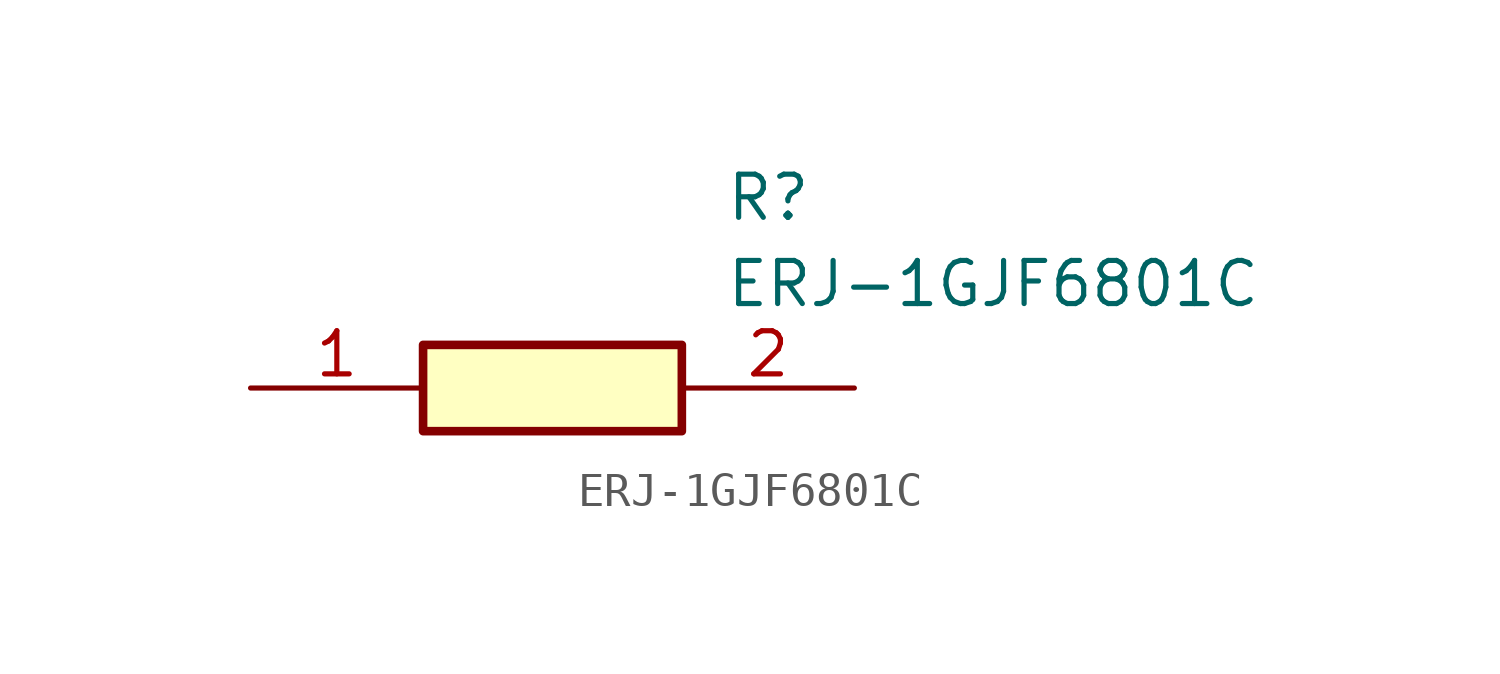
<source format=kicad_sym>
(kicad_symbol_lib
  (version 20211014)
  (generator SamacSys_ECAD_Model)
  (symbol "ERJ-1GJF6801C"
    (pin_names hide)
    (property "Reference" "R"
      (at 13.97 6.35 0)
      (effects (font (size 1.27 1.27)) (justify left top)))
    (property "Value" "ERJ-1GJF6801C"
      (at 13.97 3.81 0)
      (effects (font (size 1.27 1.27)) (justify left top)))
    (rectangle
      (start 5.08 1.27)
      (end 12.7 -1.27)
      (stroke (width 0.254) (type default))
      (fill (type background)))
    (pin passive line
      (at 0 0 0)
      (length 5.08)
      (name "1" (effects (font (size 1.27 1.27))))
      (number "1" (effects (font (size 1.27 1.27)))))
    (pin passive line
      (at 17.78 0 180)
      (length 5.08)
      (name "2" (effects (font (size 1.27 1.27))))
      (number "2" (effects (font (size 1.27 1.27)))))))
</source>
